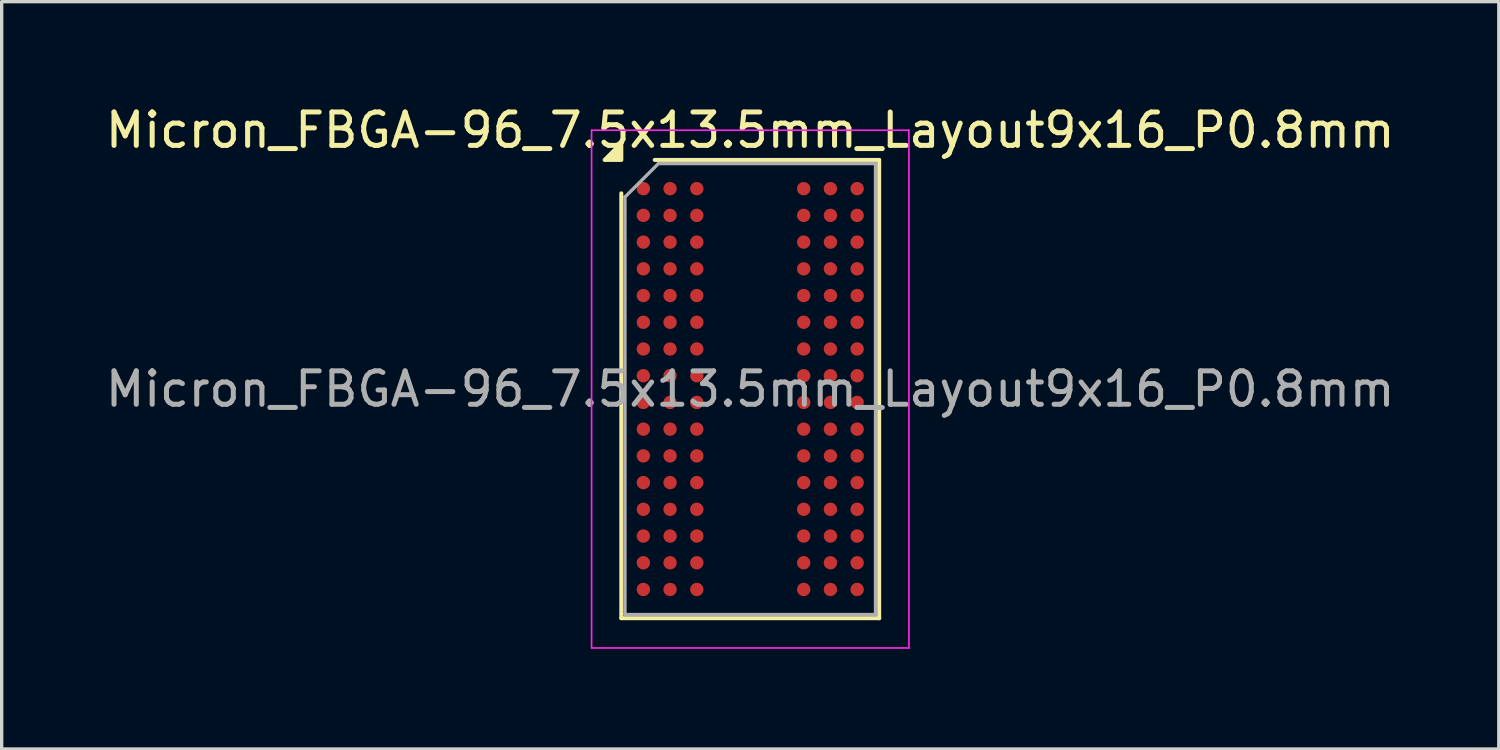
<source format=kicad_pcb>
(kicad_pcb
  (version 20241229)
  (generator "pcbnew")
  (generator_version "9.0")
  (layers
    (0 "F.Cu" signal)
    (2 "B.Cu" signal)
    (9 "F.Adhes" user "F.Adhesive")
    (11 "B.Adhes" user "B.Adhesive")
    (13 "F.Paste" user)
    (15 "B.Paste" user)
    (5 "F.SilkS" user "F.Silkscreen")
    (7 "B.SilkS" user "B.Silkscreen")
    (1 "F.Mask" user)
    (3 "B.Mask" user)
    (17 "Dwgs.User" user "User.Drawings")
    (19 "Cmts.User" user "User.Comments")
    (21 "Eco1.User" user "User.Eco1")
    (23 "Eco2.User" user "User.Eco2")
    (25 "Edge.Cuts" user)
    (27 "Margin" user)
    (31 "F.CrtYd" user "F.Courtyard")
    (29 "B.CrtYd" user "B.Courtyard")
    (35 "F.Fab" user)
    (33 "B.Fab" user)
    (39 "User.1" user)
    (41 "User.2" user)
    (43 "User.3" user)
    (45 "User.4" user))
  (footprint "Micron_FBGA-96_7.5x13.5mm_Layout9x16_P0.8mm"
    (layer "F.Cu")
    (at 19.411 8.598)
    (property "Reference" "Micron_FBGA-96_7.5x13.5mm_Layout9x16_P0.8mm" (at 0 -7.75 0) (layer "F.SilkS") (effects (font (size 1 1) (thickness 0.15))))
    (attr smd)
    (fp_line (start -3.86 6.86) (end -3.86 -5.86) (stroke (width 0.12) (type solid)) (layer "F.SilkS"))
    (fp_line (start -2.86 -6.86) (end 3.86 -6.86) (stroke (width 0.12) (type solid)) (layer "F.SilkS"))
    (fp_line (start 3.86 -6.86) (end 3.86 6.86) (stroke (width 0.12) (type solid)) (layer "F.SilkS"))
    (fp_line (start 3.86 6.86) (end -3.86 6.86) (stroke (width 0.12) (type solid)) (layer "F.SilkS"))
    (fp_poly (pts (xy -3.86 -6.86) (xy -4.36 -6.86) (xy -3.86 -7.36)) (stroke (width 0.12) (type solid)) (fill yes) (layer "F.SilkS"))
    (fp_line (start -4.75 -7.75) (end -4.75 7.75) (stroke (width 0.05) (type solid)) (layer "F.CrtYd"))
    (fp_line (start -4.75 7.75) (end 4.75 7.75) (stroke (width 0.05) (type solid)) (layer "F.CrtYd"))
    (fp_line (start 4.75 -7.75) (end -4.75 -7.75) (stroke (width 0.05) (type solid)) (layer "F.CrtYd"))
    (fp_line (start 4.75 7.75) (end 4.75 -7.75) (stroke (width 0.05) (type solid)) (layer "F.CrtYd"))
    (fp_line (start -3.75 -5.75) (end -2.75 -6.75) (stroke (width 0.1) (type solid)) (layer "F.Fab"))
    (fp_line (start -3.75 6.75) (end -3.75 -5.75) (stroke (width 0.1) (type solid)) (layer "F.Fab"))
    (fp_line (start -2.75 -6.75) (end 3.75 -6.75) (stroke (width 0.1) (type solid)) (layer "F.Fab"))
    (fp_line (start 3.75 -6.75) (end 3.75 6.75) (stroke (width 0.1) (type solid)) (layer "F.Fab"))
    (fp_line (start 3.75 6.75) (end -3.75 6.75) (stroke (width 0.1) (type solid)) (layer "F.Fab"))
    (fp_text user "${REFERENCE}" (at 0 0 0) (layer "F.Fab") (effects (font (size 1 1) (thickness 0.15))))
    (pad "A1" smd circle (at -3.2 -6) (size 0.4 0.4) (property pad_prop_bga) (layers "F.Cu" "F.Mask" "F.Paste"))
    (pad "A2" smd circle (at -2.4 -6) (size 0.4 0.4) (property pad_prop_bga) (layers "F.Cu" "F.Mask" "F.Paste"))
    (pad "A3" smd circle (at -1.6 -6) (size 0.4 0.4) (property pad_prop_bga) (layers "F.Cu" "F.Mask" "F.Paste"))
    (pad "A7" smd circle (at 1.6 -6) (size 0.4 0.4) (property pad_prop_bga) (layers "F.Cu" "F.Mask" "F.Paste"))
    (pad "A8" smd circle (at 2.4 -6) (size 0.4 0.4) (property pad_prop_bga) (layers "F.Cu" "F.Mask" "F.Paste"))
    (pad "A9" smd circle (at 3.2 -6) (size 0.4 0.4) (property pad_prop_bga) (layers "F.Cu" "F.Mask" "F.Paste"))
    (pad "B1" smd circle (at -3.2 -5.2) (size 0.4 0.4) (property pad_prop_bga) (layers "F.Cu" "F.Mask" "F.Paste"))
    (pad "B2" smd circle (at -2.4 -5.2) (size 0.4 0.4) (property pad_prop_bga) (layers "F.Cu" "F.Mask" "F.Paste"))
    (pad "B3" smd circle (at -1.6 -5.2) (size 0.4 0.4) (property pad_prop_bga) (layers "F.Cu" "F.Mask" "F.Paste"))
    (pad "B7" smd circle (at 1.6 -5.2) (size 0.4 0.4) (property pad_prop_bga) (layers "F.Cu" "F.Mask" "F.Paste"))
    (pad "B8" smd circle (at 2.4 -5.2) (size 0.4 0.4) (property pad_prop_bga) (layers "F.Cu" "F.Mask" "F.Paste"))
    (pad "B9" smd circle (at 3.2 -5.2) (size 0.4 0.4) (property pad_prop_bga) (layers "F.Cu" "F.Mask" "F.Paste"))
    (pad "C1" smd circle (at -3.2 -4.4) (size 0.4 0.4) (property pad_prop_bga) (layers "F.Cu" "F.Mask" "F.Paste"))
    (pad "C2" smd circle (at -2.4 -4.4) (size 0.4 0.4) (property pad_prop_bga) (layers "F.Cu" "F.Mask" "F.Paste"))
    (pad "C3" smd circle (at -1.6 -4.4) (size 0.4 0.4) (property pad_prop_bga) (layers "F.Cu" "F.Mask" "F.Paste"))
    (pad "C7" smd circle (at 1.6 -4.4) (size 0.4 0.4) (property pad_prop_bga) (layers "F.Cu" "F.Mask" "F.Paste"))
    (pad "C8" smd circle (at 2.4 -4.4) (size 0.4 0.4) (property pad_prop_bga) (layers "F.Cu" "F.Mask" "F.Paste"))
    (pad "C9" smd circle (at 3.2 -4.4) (size 0.4 0.4) (property pad_prop_bga) (layers "F.Cu" "F.Mask" "F.Paste"))
    (pad "D1" smd circle (at -3.2 -3.6) (size 0.4 0.4) (property pad_prop_bga) (layers "F.Cu" "F.Mask" "F.Paste"))
    (pad "D2" smd circle (at -2.4 -3.6) (size 0.4 0.4) (property pad_prop_bga) (layers "F.Cu" "F.Mask" "F.Paste"))
    (pad "D3" smd circle (at -1.6 -3.6) (size 0.4 0.4) (property pad_prop_bga) (layers "F.Cu" "F.Mask" "F.Paste"))
    (pad "D7" smd circle (at 1.6 -3.6) (size 0.4 0.4) (property pad_prop_bga) (layers "F.Cu" "F.Mask" "F.Paste"))
    (pad "D8" smd circle (at 2.4 -3.6) (size 0.4 0.4) (property pad_prop_bga) (layers "F.Cu" "F.Mask" "F.Paste"))
    (pad "D9" smd circle (at 3.2 -3.6) (size 0.4 0.4) (property pad_prop_bga) (layers "F.Cu" "F.Mask" "F.Paste"))
    (pad "E1" smd circle (at -3.2 -2.8) (size 0.4 0.4) (property pad_prop_bga) (layers "F.Cu" "F.Mask" "F.Paste"))
    (pad "E2" smd circle (at -2.4 -2.8) (size 0.4 0.4) (property pad_prop_bga) (layers "F.Cu" "F.Mask" "F.Paste"))
    (pad "E3" smd circle (at -1.6 -2.8) (size 0.4 0.4) (property pad_prop_bga) (layers "F.Cu" "F.Mask" "F.Paste"))
    (pad "E7" smd circle (at 1.6 -2.8) (size 0.4 0.4) (property pad_prop_bga) (layers "F.Cu" "F.Mask" "F.Paste"))
    (pad "E8" smd circle (at 2.4 -2.8) (size 0.4 0.4) (property pad_prop_bga) (layers "F.Cu" "F.Mask" "F.Paste"))
    (pad "E9" smd circle (at 3.2 -2.8) (size 0.4 0.4) (property pad_prop_bga) (layers "F.Cu" "F.Mask" "F.Paste"))
    (pad "F1" smd circle (at -3.2 -2) (size 0.4 0.4) (property pad_prop_bga) (layers "F.Cu" "F.Mask" "F.Paste"))
    (pad "F2" smd circle (at -2.4 -2) (size 0.4 0.4) (property pad_prop_bga) (layers "F.Cu" "F.Mask" "F.Paste"))
    (pad "F3" smd circle (at -1.6 -2) (size 0.4 0.4) (property pad_prop_bga) (layers "F.Cu" "F.Mask" "F.Paste"))
    (pad "F7" smd circle (at 1.6 -2) (size 0.4 0.4) (property pad_prop_bga) (layers "F.Cu" "F.Mask" "F.Paste"))
    (pad "F8" smd circle (at 2.4 -2) (size 0.4 0.4) (property pad_prop_bga) (layers "F.Cu" "F.Mask" "F.Paste"))
    (pad "F9" smd circle (at 3.2 -2) (size 0.4 0.4) (property pad_prop_bga) (layers "F.Cu" "F.Mask" "F.Paste"))
    (pad "G1" smd circle (at -3.2 -1.2) (size 0.4 0.4) (property pad_prop_bga) (layers "F.Cu" "F.Mask" "F.Paste"))
    (pad "G2" smd circle (at -2.4 -1.2) (size 0.4 0.4) (property pad_prop_bga) (layers "F.Cu" "F.Mask" "F.Paste"))
    (pad "G3" smd circle (at -1.6 -1.2) (size 0.4 0.4) (property pad_prop_bga) (layers "F.Cu" "F.Mask" "F.Paste"))
    (pad "G7" smd circle (at 1.6 -1.2) (size 0.4 0.4) (property pad_prop_bga) (layers "F.Cu" "F.Mask" "F.Paste"))
    (pad "G8" smd circle (at 2.4 -1.2) (size 0.4 0.4) (property pad_prop_bga) (layers "F.Cu" "F.Mask" "F.Paste"))
    (pad "G9" smd circle (at 3.2 -1.2) (size 0.4 0.4) (property pad_prop_bga) (layers "F.Cu" "F.Mask" "F.Paste"))
    (pad "H1" smd circle (at -3.2 -0.4) (size 0.4 0.4) (property pad_prop_bga) (layers "F.Cu" "F.Mask" "F.Paste"))
    (pad "H2" smd circle (at -2.4 -0.4) (size 0.4 0.4) (property pad_prop_bga) (layers "F.Cu" "F.Mask" "F.Paste"))
    (pad "H3" smd circle (at -1.6 -0.4) (size 0.4 0.4) (property pad_prop_bga) (layers "F.Cu" "F.Mask" "F.Paste"))
    (pad "H7" smd circle (at 1.6 -0.4) (size 0.4 0.4) (property pad_prop_bga) (layers "F.Cu" "F.Mask" "F.Paste"))
    (pad "H8" smd circle (at 2.4 -0.4) (size 0.4 0.4) (property pad_prop_bga) (layers "F.Cu" "F.Mask" "F.Paste"))
    (pad "H9" smd circle (at 3.2 -0.4) (size 0.4 0.4) (property pad_prop_bga) (layers "F.Cu" "F.Mask" "F.Paste"))
    (pad "J1" smd circle (at -3.2 0.4) (size 0.4 0.4) (property pad_prop_bga) (layers "F.Cu" "F.Mask" "F.Paste"))
    (pad "J2" smd circle (at -2.4 0.4) (size 0.4 0.4) (property pad_prop_bga) (layers "F.Cu" "F.Mask" "F.Paste"))
    (pad "J3" smd circle (at -1.6 0.4) (size 0.4 0.4) (property pad_prop_bga) (layers "F.Cu" "F.Mask" "F.Paste"))
    (pad "J7" smd circle (at 1.6 0.4) (size 0.4 0.4) (property pad_prop_bga) (layers "F.Cu" "F.Mask" "F.Paste"))
    (pad "J8" smd circle (at 2.4 0.4) (size 0.4 0.4) (property pad_prop_bga) (layers "F.Cu" "F.Mask" "F.Paste"))
    (pad "J9" smd circle (at 3.2 0.4) (size 0.4 0.4) (property pad_prop_bga) (layers "F.Cu" "F.Mask" "F.Paste"))
    (pad "K1" smd circle (at -3.2 1.2) (size 0.4 0.4) (property pad_prop_bga) (layers "F.Cu" "F.Mask" "F.Paste"))
    (pad "K2" smd circle (at -2.4 1.2) (size 0.4 0.4) (property pad_prop_bga) (layers "F.Cu" "F.Mask" "F.Paste"))
    (pad "K3" smd circle (at -1.6 1.2) (size 0.4 0.4) (property pad_prop_bga) (layers "F.Cu" "F.Mask" "F.Paste"))
    (pad "K7" smd circle (at 1.6 1.2) (size 0.4 0.4) (property pad_prop_bga) (layers "F.Cu" "F.Mask" "F.Paste"))
    (pad "K8" smd circle (at 2.4 1.2) (size 0.4 0.4) (property pad_prop_bga) (layers "F.Cu" "F.Mask" "F.Paste"))
    (pad "K9" smd circle (at 3.2 1.2) (size 0.4 0.4) (property pad_prop_bga) (layers "F.Cu" "F.Mask" "F.Paste"))
    (pad "L1" smd circle (at -3.2 2) (size 0.4 0.4) (property pad_prop_bga) (layers "F.Cu" "F.Mask" "F.Paste"))
    (pad "L2" smd circle (at -2.4 2) (size 0.4 0.4) (property pad_prop_bga) (layers "F.Cu" "F.Mask" "F.Paste"))
    (pad "L3" smd circle (at -1.6 2) (size 0.4 0.4) (property pad_prop_bga) (layers "F.Cu" "F.Mask" "F.Paste"))
    (pad "L7" smd circle (at 1.6 2) (size 0.4 0.4) (property pad_prop_bga) (layers "F.Cu" "F.Mask" "F.Paste"))
    (pad "L8" smd circle (at 2.4 2) (size 0.4 0.4) (property pad_prop_bga) (layers "F.Cu" "F.Mask" "F.Paste"))
    (pad "L9" smd circle (at 3.2 2) (size 0.4 0.4) (property pad_prop_bga) (layers "F.Cu" "F.Mask" "F.Paste"))
    (pad "M1" smd circle (at -3.2 2.8) (size 0.4 0.4) (property pad_prop_bga) (layers "F.Cu" "F.Mask" "F.Paste"))
    (pad "M2" smd circle (at -2.4 2.8) (size 0.4 0.4) (property pad_prop_bga) (layers "F.Cu" "F.Mask" "F.Paste"))
    (pad "M3" smd circle (at -1.6 2.8) (size 0.4 0.4) (property pad_prop_bga) (layers "F.Cu" "F.Mask" "F.Paste"))
    (pad "M7" smd circle (at 1.6 2.8) (size 0.4 0.4) (property pad_prop_bga) (layers "F.Cu" "F.Mask" "F.Paste"))
    (pad "M8" smd circle (at 2.4 2.8) (size 0.4 0.4) (property pad_prop_bga) (layers "F.Cu" "F.Mask" "F.Paste"))
    (pad "M9" smd circle (at 3.2 2.8) (size 0.4 0.4) (property pad_prop_bga) (layers "F.Cu" "F.Mask" "F.Paste"))
    (pad "N1" smd circle (at -3.2 3.6) (size 0.4 0.4) (property pad_prop_bga) (layers "F.Cu" "F.Mask" "F.Paste"))
    (pad "N2" smd circle (at -2.4 3.6) (size 0.4 0.4) (property pad_prop_bga) (layers "F.Cu" "F.Mask" "F.Paste"))
    (pad "N3" smd circle (at -1.6 3.6) (size 0.4 0.4) (property pad_prop_bga) (layers "F.Cu" "F.Mask" "F.Paste"))
    (pad "N7" smd circle (at 1.6 3.6) (size 0.4 0.4) (property pad_prop_bga) (layers "F.Cu" "F.Mask" "F.Paste"))
    (pad "N8" smd circle (at 2.4 3.6) (size 0.4 0.4) (property pad_prop_bga) (layers "F.Cu" "F.Mask" "F.Paste"))
    (pad "N9" smd circle (at 3.2 3.6) (size 0.4 0.4) (property pad_prop_bga) (layers "F.Cu" "F.Mask" "F.Paste"))
    (pad "P1" smd circle (at -3.2 4.4) (size 0.4 0.4) (property pad_prop_bga) (layers "F.Cu" "F.Mask" "F.Paste"))
    (pad "P2" smd circle (at -2.4 4.4) (size 0.4 0.4) (property pad_prop_bga) (layers "F.Cu" "F.Mask" "F.Paste"))
    (pad "P3" smd circle (at -1.6 4.4) (size 0.4 0.4) (property pad_prop_bga) (layers "F.Cu" "F.Mask" "F.Paste"))
    (pad "P7" smd circle (at 1.6 4.4) (size 0.4 0.4) (property pad_prop_bga) (layers "F.Cu" "F.Mask" "F.Paste"))
    (pad "P8" smd circle (at 2.4 4.4) (size 0.4 0.4) (property pad_prop_bga) (layers "F.Cu" "F.Mask" "F.Paste"))
    (pad "P9" smd circle (at 3.2 4.4) (size 0.4 0.4) (property pad_prop_bga) (layers "F.Cu" "F.Mask" "F.Paste"))
    (pad "R1" smd circle (at -3.2 5.2) (size 0.4 0.4) (property pad_prop_bga) (layers "F.Cu" "F.Mask" "F.Paste"))
    (pad "R2" smd circle (at -2.4 5.2) (size 0.4 0.4) (property pad_prop_bga) (layers "F.Cu" "F.Mask" "F.Paste"))
    (pad "R3" smd circle (at -1.6 5.2) (size 0.4 0.4) (property pad_prop_bga) (layers "F.Cu" "F.Mask" "F.Paste"))
    (pad "R7" smd circle (at 1.6 5.2) (size 0.4 0.4) (property pad_prop_bga) (layers "F.Cu" "F.Mask" "F.Paste"))
    (pad "R8" smd circle (at 2.4 5.2) (size 0.4 0.4) (property pad_prop_bga) (layers "F.Cu" "F.Mask" "F.Paste"))
    (pad "R9" smd circle (at 3.2 5.2) (size 0.4 0.4) (property pad_prop_bga) (layers "F.Cu" "F.Mask" "F.Paste"))
    (pad "T1" smd circle (at -3.2 6) (size 0.4 0.4) (property pad_prop_bga) (layers "F.Cu" "F.Mask" "F.Paste"))
    (pad "T2" smd circle (at -2.4 6) (size 0.4 0.4) (property pad_prop_bga) (layers "F.Cu" "F.Mask" "F.Paste"))
    (pad "T3" smd circle (at -1.6 6) (size 0.4 0.4) (property pad_prop_bga) (layers "F.Cu" "F.Mask" "F.Paste"))
    (pad "T7" smd circle (at 1.6 6) (size 0.4 0.4) (property pad_prop_bga) (layers "F.Cu" "F.Mask" "F.Paste"))
    (pad "T8" smd circle (at 2.4 6) (size 0.4 0.4) (property pad_prop_bga) (layers "F.Cu" "F.Mask" "F.Paste"))
    (pad "T9" smd circle (at 3.2 6) (size 0.4 0.4) (property pad_prop_bga) (layers "F.Cu" "F.Mask" "F.Paste")))
  (gr_rect
    (start -3 -3)
    (end 41.821 19.373)
    (stroke (width 0.1) (type default))
    (fill no)
    (layer "Edge.Cuts")))
</source>
